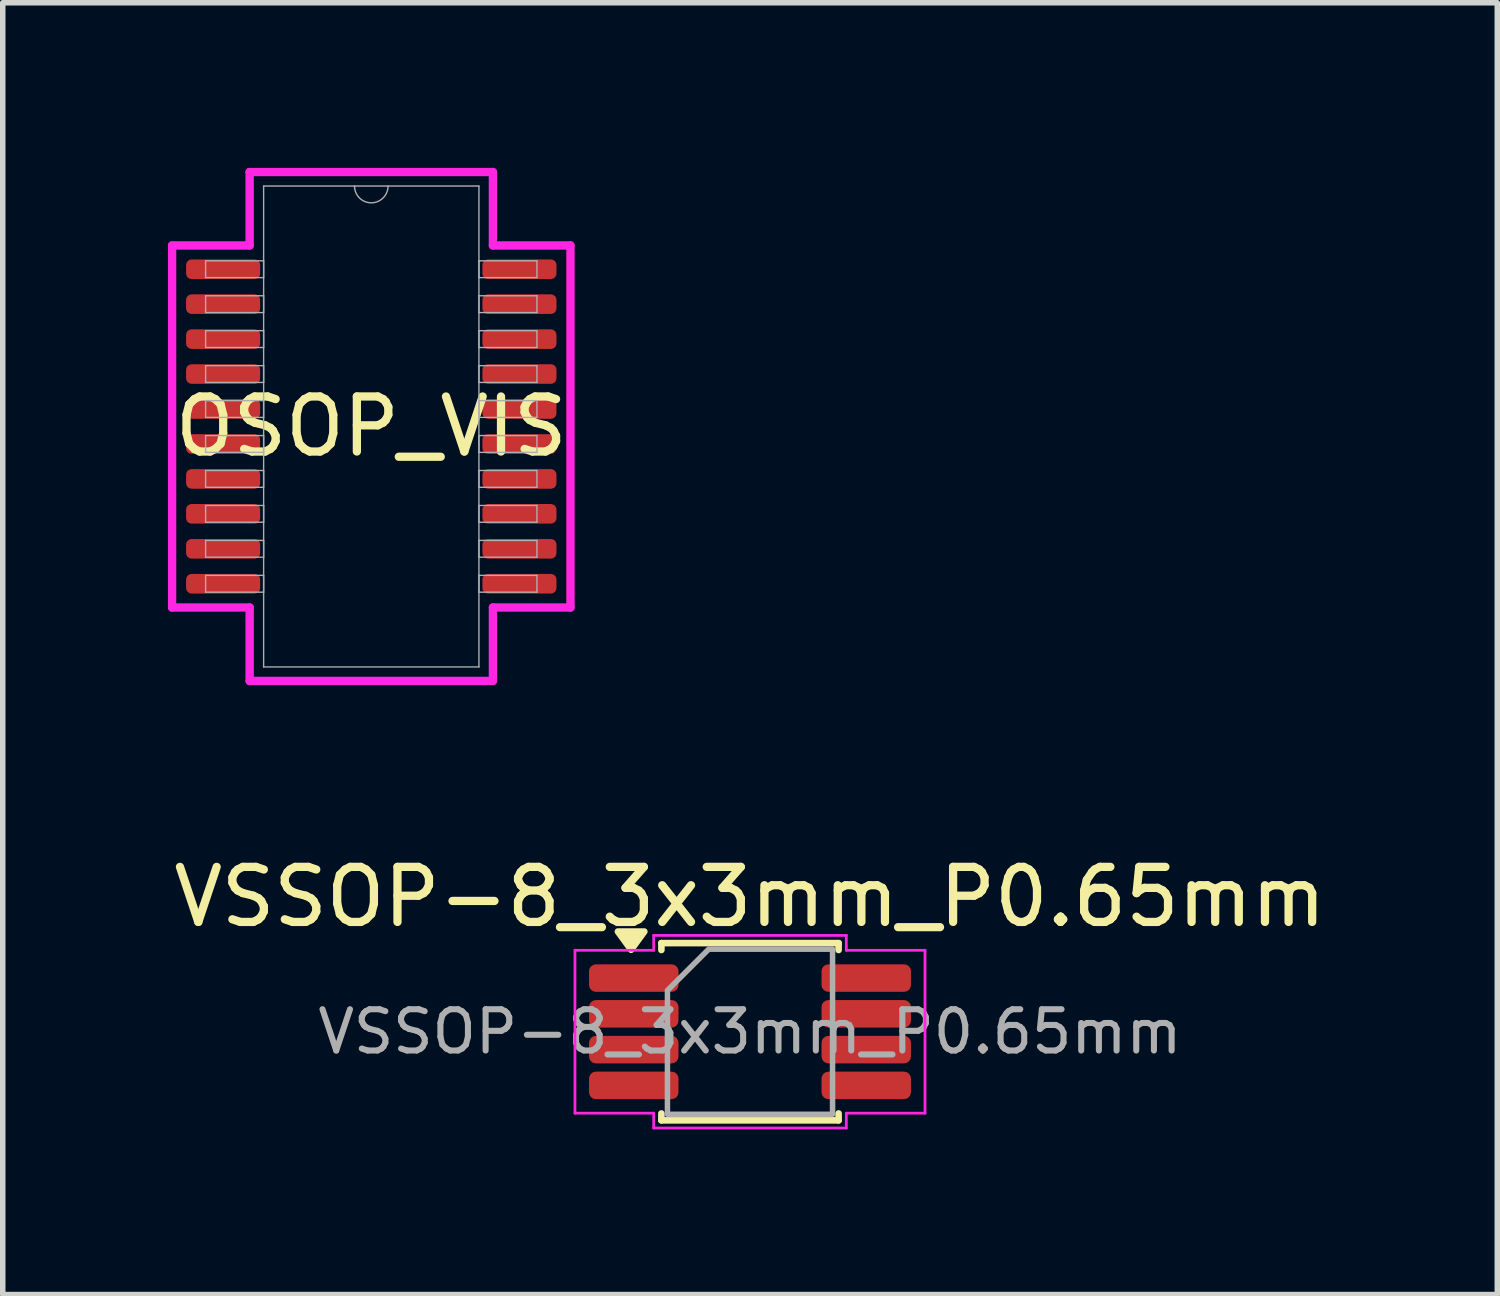
<source format=kicad_pcb>
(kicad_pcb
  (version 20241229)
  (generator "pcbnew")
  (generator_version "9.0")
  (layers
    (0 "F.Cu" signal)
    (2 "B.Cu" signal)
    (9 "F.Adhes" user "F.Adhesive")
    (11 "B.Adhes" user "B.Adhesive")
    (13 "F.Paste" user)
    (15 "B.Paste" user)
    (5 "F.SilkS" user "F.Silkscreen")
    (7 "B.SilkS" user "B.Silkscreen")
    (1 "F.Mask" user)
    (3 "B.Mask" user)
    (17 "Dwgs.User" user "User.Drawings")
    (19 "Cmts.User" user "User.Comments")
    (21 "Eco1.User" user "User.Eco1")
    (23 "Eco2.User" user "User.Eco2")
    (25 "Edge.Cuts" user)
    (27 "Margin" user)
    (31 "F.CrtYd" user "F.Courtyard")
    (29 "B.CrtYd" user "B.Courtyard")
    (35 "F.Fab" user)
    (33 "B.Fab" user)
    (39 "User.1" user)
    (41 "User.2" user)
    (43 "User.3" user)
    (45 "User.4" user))
  (footprint "OSOP_VIS"
    (layer "F.Cu")
    (at 3.696 4.699)
    (property "Reference" "OSOP_VIS" (at 0 0 0) (unlocked yes) (layer "F.SilkS") (effects (font (size 1 1) (thickness 0.15))))
    (attr smd)
    (fp_line (start -3.619 -3.289) (end -2.21 -3.289) (stroke (width 0.152) (type solid)) (layer "F.CrtYd"))
    (fp_line (start -3.619 3.289) (end -3.619 -3.289) (stroke (width 0.152) (type solid)) (layer "F.CrtYd"))
    (fp_line (start -3.619 3.289) (end -2.21 3.289) (stroke (width 0.152) (type solid)) (layer "F.CrtYd"))
    (fp_line (start -2.21 -4.623) (end 2.21 -4.623) (stroke (width 0.152) (type solid)) (layer "F.CrtYd"))
    (fp_line (start -2.21 -3.289) (end -2.21 -4.623) (stroke (width 0.152) (type solid)) (layer "F.CrtYd"))
    (fp_line (start -2.21 4.623) (end -2.21 3.289) (stroke (width 0.152) (type solid)) (layer "F.CrtYd"))
    (fp_line (start 2.21 -4.623) (end 2.21 -3.289) (stroke (width 0.152) (type solid)) (layer "F.CrtYd"))
    (fp_line (start 2.21 3.289) (end 2.21 4.623) (stroke (width 0.152) (type solid)) (layer "F.CrtYd"))
    (fp_line (start 2.21 4.623) (end -2.21 4.623) (stroke (width 0.152) (type solid)) (layer "F.CrtYd"))
    (fp_line (start 3.619 -3.289) (end 2.21 -3.289) (stroke (width 0.152) (type solid)) (layer "F.CrtYd"))
    (fp_line (start 3.619 -3.289) (end 3.619 3.289) (stroke (width 0.152) (type solid)) (layer "F.CrtYd"))
    (fp_line (start 3.619 3.289) (end 2.21 3.289) (stroke (width 0.152) (type solid)) (layer "F.CrtYd"))
    (fp_line (start -3.01 -3.01) (end -3.01 -2.705) (stroke (width 0.025) (type solid)) (layer "F.Fab"))
    (fp_line (start -3.01 -2.705) (end -1.956 -2.705) (stroke (width 0.025) (type solid)) (layer "F.Fab"))
    (fp_line (start -3.01 -2.375) (end -3.01 -2.07) (stroke (width 0.025) (type solid)) (layer "F.Fab"))
    (fp_line (start -3.01 -2.07) (end -1.956 -2.07) (stroke (width 0.025) (type solid)) (layer "F.Fab"))
    (fp_line (start -3.01 -1.74) (end -3.01 -1.435) (stroke (width 0.025) (type solid)) (layer "F.Fab"))
    (fp_line (start -3.01 -1.435) (end -1.956 -1.435) (stroke (width 0.025) (type solid)) (layer "F.Fab"))
    (fp_line (start -3.01 -1.105) (end -3.01 -0.8) (stroke (width 0.025) (type solid)) (layer "F.Fab"))
    (fp_line (start -3.01 -0.8) (end -1.956 -0.8) (stroke (width 0.025) (type solid)) (layer "F.Fab"))
    (fp_line (start -3.01 -0.47) (end -3.01 -0.165) (stroke (width 0.025) (type solid)) (layer "F.Fab"))
    (fp_line (start -3.01 -0.165) (end -1.956 -0.165) (stroke (width 0.025) (type solid)) (layer "F.Fab"))
    (fp_line (start -3.01 0.165) (end -3.01 0.47) (stroke (width 0.025) (type solid)) (layer "F.Fab"))
    (fp_line (start -3.01 0.47) (end -1.956 0.47) (stroke (width 0.025) (type solid)) (layer "F.Fab"))
    (fp_line (start -3.01 0.8) (end -3.01 1.105) (stroke (width 0.025) (type solid)) (layer "F.Fab"))
    (fp_line (start -3.01 1.105) (end -1.956 1.105) (stroke (width 0.025) (type solid)) (layer "F.Fab"))
    (fp_line (start -3.01 1.435) (end -3.01 1.74) (stroke (width 0.025) (type solid)) (layer "F.Fab"))
    (fp_line (start -3.01 1.74) (end -1.956 1.74) (stroke (width 0.025) (type solid)) (layer "F.Fab"))
    (fp_line (start -3.01 2.07) (end -3.01 2.375) (stroke (width 0.025) (type solid)) (layer "F.Fab"))
    (fp_line (start -3.01 2.375) (end -1.956 2.375) (stroke (width 0.025) (type solid)) (layer "F.Fab"))
    (fp_line (start -3.01 2.705) (end -3.01 3.01) (stroke (width 0.025) (type solid)) (layer "F.Fab"))
    (fp_line (start -3.01 3.01) (end -1.956 3.01) (stroke (width 0.025) (type solid)) (layer "F.Fab"))
    (fp_line (start -1.956 -4.369) (end -1.956 4.369) (stroke (width 0.025) (type solid)) (layer "F.Fab"))
    (fp_line (start -1.956 -3.01) (end -3.01 -3.01) (stroke (width 0.025) (type solid)) (layer "F.Fab"))
    (fp_line (start -1.956 -2.705) (end -1.956 -3.01) (stroke (width 0.025) (type solid)) (layer "F.Fab"))
    (fp_line (start -1.956 -2.375) (end -3.01 -2.375) (stroke (width 0.025) (type solid)) (layer "F.Fab"))
    (fp_line (start -1.956 -2.07) (end -1.956 -2.375) (stroke (width 0.025) (type solid)) (layer "F.Fab"))
    (fp_line (start -1.956 -1.74) (end -3.01 -1.74) (stroke (width 0.025) (type solid)) (layer "F.Fab"))
    (fp_line (start -1.956 -1.435) (end -1.956 -1.74) (stroke (width 0.025) (type solid)) (layer "F.Fab"))
    (fp_line (start -1.956 -1.105) (end -3.01 -1.105) (stroke (width 0.025) (type solid)) (layer "F.Fab"))
    (fp_line (start -1.956 -0.8) (end -1.956 -1.105) (stroke (width 0.025) (type solid)) (layer "F.Fab"))
    (fp_line (start -1.956 -0.47) (end -3.01 -0.47) (stroke (width 0.025) (type solid)) (layer "F.Fab"))
    (fp_line (start -1.956 -0.165) (end -1.956 -0.47) (stroke (width 0.025) (type solid)) (layer "F.Fab"))
    (fp_line (start -1.956 0.165) (end -3.01 0.165) (stroke (width 0.025) (type solid)) (layer "F.Fab"))
    (fp_line (start -1.956 0.47) (end -1.956 0.165) (stroke (width 0.025) (type solid)) (layer "F.Fab"))
    (fp_line (start -1.956 0.8) (end -3.01 0.8) (stroke (width 0.025) (type solid)) (layer "F.Fab"))
    (fp_line (start -1.956 1.105) (end -1.956 0.8) (stroke (width 0.025) (type solid)) (layer "F.Fab"))
    (fp_line (start -1.956 1.435) (end -3.01 1.435) (stroke (width 0.025) (type solid)) (layer "F.Fab"))
    (fp_line (start -1.956 1.74) (end -1.956 1.435) (stroke (width 0.025) (type solid)) (layer "F.Fab"))
    (fp_line (start -1.956 2.07) (end -3.01 2.07) (stroke (width 0.025) (type solid)) (layer "F.Fab"))
    (fp_line (start -1.956 2.375) (end -1.956 2.07) (stroke (width 0.025) (type solid)) (layer "F.Fab"))
    (fp_line (start -1.956 2.705) (end -3.01 2.705) (stroke (width 0.025) (type solid)) (layer "F.Fab"))
    (fp_line (start -1.956 3.01) (end -1.956 2.705) (stroke (width 0.025) (type solid)) (layer "F.Fab"))
    (fp_line (start -1.956 4.369) (end 1.956 4.369) (stroke (width 0.025) (type solid)) (layer "F.Fab"))
    (fp_line (start 1.956 -4.369) (end -1.956 -4.369) (stroke (width 0.025) (type solid)) (layer "F.Fab"))
    (fp_line (start 1.956 -3.01) (end 1.956 -2.705) (stroke (width 0.025) (type solid)) (layer "F.Fab"))
    (fp_line (start 1.956 -2.705) (end 3.01 -2.705) (stroke (width 0.025) (type solid)) (layer "F.Fab"))
    (fp_line (start 1.956 -2.375) (end 1.956 -2.07) (stroke (width 0.025) (type solid)) (layer "F.Fab"))
    (fp_line (start 1.956 -2.07) (end 3.01 -2.07) (stroke (width 0.025) (type solid)) (layer "F.Fab"))
    (fp_line (start 1.956 -1.74) (end 1.956 -1.435) (stroke (width 0.025) (type solid)) (layer "F.Fab"))
    (fp_line (start 1.956 -1.435) (end 3.01 -1.435) (stroke (width 0.025) (type solid)) (layer "F.Fab"))
    (fp_line (start 1.956 -1.105) (end 1.956 -0.8) (stroke (width 0.025) (type solid)) (layer "F.Fab"))
    (fp_line (start 1.956 -0.8) (end 3.01 -0.8) (stroke (width 0.025) (type solid)) (layer "F.Fab"))
    (fp_line (start 1.956 -0.47) (end 1.956 -0.165) (stroke (width 0.025) (type solid)) (layer "F.Fab"))
    (fp_line (start 1.956 -0.165) (end 3.01 -0.165) (stroke (width 0.025) (type solid)) (layer "F.Fab"))
    (fp_line (start 1.956 0.165) (end 1.956 0.47) (stroke (width 0.025) (type solid)) (layer "F.Fab"))
    (fp_line (start 1.956 0.47) (end 3.01 0.47) (stroke (width 0.025) (type solid)) (layer "F.Fab"))
    (fp_line (start 1.956 0.8) (end 1.956 1.105) (stroke (width 0.025) (type solid)) (layer "F.Fab"))
    (fp_line (start 1.956 1.105) (end 3.01 1.105) (stroke (width 0.025) (type solid)) (layer "F.Fab"))
    (fp_line (start 1.956 1.435) (end 1.956 1.74) (stroke (width 0.025) (type solid)) (layer "F.Fab"))
    (fp_line (start 1.956 1.74) (end 3.01 1.74) (stroke (width 0.025) (type solid)) (layer "F.Fab"))
    (fp_line (start 1.956 2.07) (end 1.956 2.375) (stroke (width 0.025) (type solid)) (layer "F.Fab"))
    (fp_line (start 1.956 2.375) (end 3.01 2.375) (stroke (width 0.025) (type solid)) (layer "F.Fab"))
    (fp_line (start 1.956 2.705) (end 1.956 3.01) (stroke (width 0.025) (type solid)) (layer "F.Fab"))
    (fp_line (start 1.956 3.01) (end 3.01 3.01) (stroke (width 0.025) (type solid)) (layer "F.Fab"))
    (fp_line (start 1.956 4.369) (end 1.956 -4.369) (stroke (width 0.025) (type solid)) (layer "F.Fab"))
    (fp_line (start 3.01 -3.01) (end 1.956 -3.01) (stroke (width 0.025) (type solid)) (layer "F.Fab"))
    (fp_line (start 3.01 -2.705) (end 3.01 -3.01) (stroke (width 0.025) (type solid)) (layer "F.Fab"))
    (fp_line (start 3.01 -2.375) (end 1.956 -2.375) (stroke (width 0.025) (type solid)) (layer "F.Fab"))
    (fp_line (start 3.01 -2.07) (end 3.01 -2.375) (stroke (width 0.025) (type solid)) (layer "F.Fab"))
    (fp_line (start 3.01 -1.74) (end 1.956 -1.74) (stroke (width 0.025) (type solid)) (layer "F.Fab"))
    (fp_line (start 3.01 -1.435) (end 3.01 -1.74) (stroke (width 0.025) (type solid)) (layer "F.Fab"))
    (fp_line (start 3.01 -1.105) (end 1.956 -1.105) (stroke (width 0.025) (type solid)) (layer "F.Fab"))
    (fp_line (start 3.01 -0.8) (end 3.01 -1.105) (stroke (width 0.025) (type solid)) (layer "F.Fab"))
    (fp_line (start 3.01 -0.47) (end 1.956 -0.47) (stroke (width 0.025) (type solid)) (layer "F.Fab"))
    (fp_line (start 3.01 -0.165) (end 3.01 -0.47) (stroke (width 0.025) (type solid)) (layer "F.Fab"))
    (fp_line (start 3.01 0.165) (end 1.956 0.165) (stroke (width 0.025) (type solid)) (layer "F.Fab"))
    (fp_line (start 3.01 0.47) (end 3.01 0.165) (stroke (width 0.025) (type solid)) (layer "F.Fab"))
    (fp_line (start 3.01 0.8) (end 1.956 0.8) (stroke (width 0.025) (type solid)) (layer "F.Fab"))
    (fp_line (start 3.01 1.105) (end 3.01 0.8) (stroke (width 0.025) (type solid)) (layer "F.Fab"))
    (fp_line (start 3.01 1.435) (end 1.956 1.435) (stroke (width 0.025) (type solid)) (layer "F.Fab"))
    (fp_line (start 3.01 1.74) (end 3.01 1.435) (stroke (width 0.025) (type solid)) (layer "F.Fab"))
    (fp_line (start 3.01 2.07) (end 1.956 2.07) (stroke (width 0.025) (type solid)) (layer "F.Fab"))
    (fp_line (start 3.01 2.375) (end 3.01 2.07) (stroke (width 0.025) (type solid)) (layer "F.Fab"))
    (fp_line (start 3.01 2.705) (end 1.956 2.705) (stroke (width 0.025) (type solid)) (layer "F.Fab"))
    (fp_line (start 3.01 3.01) (end 3.01 2.705) (stroke (width 0.025) (type solid)) (layer "F.Fab"))
    (fp_arc (start 0.3048 -4.3688) (mid 0 -4.064) (end -0.3048 -4.3688) (stroke (width 0.0254) (type solid)) (layer "F.Fab"))
    (pad "1" smd roundrect (at -2.692 -2.857) (size 1.346 0.356) (layers "F.Cu" "F.Mask" "F.Paste") (roundrect_rratio 0.281))
    (pad "2" smd roundrect (at -2.692 -2.223) (size 1.346 0.356) (layers "F.Cu" "F.Mask" "F.Paste") (roundrect_rratio 0.281))
    (pad "3" smd roundrect (at -2.692 -1.587) (size 1.346 0.356) (layers "F.Cu" "F.Mask" "F.Paste") (roundrect_rratio 0.281))
    (pad "4" smd roundrect (at -2.692 -0.953) (size 1.346 0.356) (layers "F.Cu" "F.Mask" "F.Paste") (roundrect_rratio 0.281))
    (pad "5" smd roundrect (at -2.692 -0.318) (size 1.346 0.356) (layers "F.Cu" "F.Mask" "F.Paste") (roundrect_rratio 0.281))
    (pad "6" smd roundrect (at -2.692 0.318) (size 1.346 0.356) (layers "F.Cu" "F.Mask" "F.Paste") (roundrect_rratio 0.281))
    (pad "7" smd roundrect (at -2.692 0.953) (size 1.346 0.356) (layers "F.Cu" "F.Mask" "F.Paste") (roundrect_rratio 0.281))
    (pad "8" smd roundrect (at -2.692 1.587) (size 1.346 0.356) (layers "F.Cu" "F.Mask" "F.Paste") (roundrect_rratio 0.281))
    (pad "9" smd roundrect (at -2.692 2.223) (size 1.346 0.356) (layers "F.Cu" "F.Mask" "F.Paste") (roundrect_rratio 0.281))
    (pad "10" smd roundrect (at -2.692 2.857) (size 1.346 0.356) (layers "F.Cu" "F.Mask" "F.Paste") (roundrect_rratio 0.281))
    (pad "11" smd roundrect (at 2.692 2.857) (size 1.346 0.356) (layers "F.Cu" "F.Mask" "F.Paste") (roundrect_rratio 0.281))
    (pad "12" smd roundrect (at 2.692 2.223) (size 1.346 0.356) (layers "F.Cu" "F.Mask" "F.Paste") (roundrect_rratio 0.281))
    (pad "13" smd roundrect (at 2.692 1.587) (size 1.346 0.356) (layers "F.Cu" "F.Mask" "F.Paste") (roundrect_rratio 0.281))
    (pad "14" smd roundrect (at 2.692 0.953) (size 1.346 0.356) (layers "F.Cu" "F.Mask" "F.Paste") (roundrect_rratio 0.281))
    (pad "15" smd roundrect (at 2.692 0.318) (size 1.346 0.356) (layers "F.Cu" "F.Mask" "F.Paste") (roundrect_rratio 0.281))
    (pad "16" smd roundrect (at 2.692 -0.318) (size 1.346 0.356) (layers "F.Cu" "F.Mask" "F.Paste") (roundrect_rratio 0.281))
    (pad "17" smd roundrect (at 2.692 -0.953) (size 1.346 0.356) (layers "F.Cu" "F.Mask" "F.Paste") (roundrect_rratio 0.281))
    (pad "18" smd roundrect (at 2.692 -1.587) (size 1.346 0.356) (layers "F.Cu" "F.Mask" "F.Paste") (roundrect_rratio 0.281))
    (pad "19" smd roundrect (at 2.692 -2.223) (size 1.346 0.356) (layers "F.Cu" "F.Mask" "F.Paste") (roundrect_rratio 0.281))
    (pad "20" smd roundrect (at 2.692 -2.857) (size 1.346 0.356) (layers "F.Cu" "F.Mask" "F.Paste") (roundrect_rratio 0.281)))
  (footprint "VSSOP-8_3x3mm_P0.65mm"
    (layer "F.Cu")
    (at 10.577 15.696)
    (property "Reference" "VSSOP-8_3x3mm_P0.65mm" (at 0 -2.45 0) (layer "F.SilkS") (effects (font (size 1 1) (thickness 0.15))))
    (attr smd)
    (fp_line (start -1.61 -1.61) (end 1.61 -1.61) (stroke (width 0.12) (type solid)) (layer "F.SilkS"))
    (fp_line (start -1.61 -1.485) (end -1.61 -1.61) (stroke (width 0.12) (type solid)) (layer "F.SilkS"))
    (fp_line (start -1.61 1.61) (end -1.61 1.485) (stroke (width 0.12) (type solid)) (layer "F.SilkS"))
    (fp_line (start 1.61 -1.61) (end 1.61 -1.485) (stroke (width 0.12) (type solid)) (layer "F.SilkS"))
    (fp_line (start 1.61 1.485) (end 1.61 1.61) (stroke (width 0.12) (type solid)) (layer "F.SilkS"))
    (fp_line (start 1.61 1.61) (end -1.61 1.61) (stroke (width 0.12) (type solid)) (layer "F.SilkS"))
    (fp_poly (pts (xy -2.16 -1.49) (xy -2.4 -1.82) (xy -1.92 -1.82)) (stroke (width 0.12) (type solid)) (fill yes) (layer "F.SilkS"))
    (fp_line (start -3.18 -1.48) (end -1.75 -1.48) (stroke (width 0.05) (type solid)) (layer "F.CrtYd"))
    (fp_line (start -3.18 1.48) (end -3.18 -1.48) (stroke (width 0.05) (type solid)) (layer "F.CrtYd"))
    (fp_line (start -1.75 -1.75) (end 1.75 -1.75) (stroke (width 0.05) (type solid)) (layer "F.CrtYd"))
    (fp_line (start -1.75 -1.48) (end -1.75 -1.75) (stroke (width 0.05) (type solid)) (layer "F.CrtYd"))
    (fp_line (start -1.75 1.48) (end -3.18 1.48) (stroke (width 0.05) (type solid)) (layer "F.CrtYd"))
    (fp_line (start -1.75 1.75) (end -1.75 1.48) (stroke (width 0.05) (type solid)) (layer "F.CrtYd"))
    (fp_line (start 1.75 -1.75) (end 1.75 -1.48) (stroke (width 0.05) (type solid)) (layer "F.CrtYd"))
    (fp_line (start 1.75 -1.48) (end 3.18 -1.48) (stroke (width 0.05) (type solid)) (layer "F.CrtYd"))
    (fp_line (start 1.75 1.48) (end 1.75 1.75) (stroke (width 0.05) (type solid)) (layer "F.CrtYd"))
    (fp_line (start 1.75 1.75) (end -1.75 1.75) (stroke (width 0.05) (type solid)) (layer "F.CrtYd"))
    (fp_line (start 3.18 -1.48) (end 3.18 1.48) (stroke (width 0.05) (type solid)) (layer "F.CrtYd"))
    (fp_line (start 3.18 1.48) (end 1.75 1.48) (stroke (width 0.05) (type solid)) (layer "F.CrtYd"))
    (fp_poly (pts (xy -1.5 -0.75) (xy -1.5 1.5) (xy 1.5 1.5) (xy 1.5 -1.5) (xy -0.75 -1.5)) (stroke (width 0.1) (type solid)) (fill no) (layer "F.Fab"))
    (fp_text user "${REFERENCE}" (at 0 0 0) (layer "F.Fab") (effects (font (size 0.75 0.75) (thickness 0.11))))
    (pad "1" smd roundrect (at -2.112 -0.975) (size 1.625 0.5) (layers "F.Cu" "F.Mask" "F.Paste") (roundrect_rratio 0.25))
    (pad "2" smd roundrect (at -2.112 -0.325) (size 1.625 0.5) (layers "F.Cu" "F.Mask" "F.Paste") (roundrect_rratio 0.25))
    (pad "3" smd roundrect (at -2.112 0.325) (size 1.625 0.5) (layers "F.Cu" "F.Mask" "F.Paste") (roundrect_rratio 0.25))
    (pad "4" smd roundrect (at -2.112 0.975) (size 1.625 0.5) (layers "F.Cu" "F.Mask" "F.Paste") (roundrect_rratio 0.25))
    (pad "5" smd roundrect (at 2.112 0.975) (size 1.625 0.5) (layers "F.Cu" "F.Mask" "F.Paste") (roundrect_rratio 0.25))
    (pad "6" smd roundrect (at 2.112 0.325) (size 1.625 0.5) (layers "F.Cu" "F.Mask" "F.Paste") (roundrect_rratio 0.25))
    (pad "7" smd roundrect (at 2.112 -0.325) (size 1.625 0.5) (layers "F.Cu" "F.Mask" "F.Paste") (roundrect_rratio 0.25))
    (pad "8" smd roundrect (at 2.112 -0.975) (size 1.625 0.5) (layers "F.Cu" "F.Mask" "F.Paste") (roundrect_rratio 0.25)))
  (gr_rect
    (start -3 -3)
    (end 24.155 20.471)
    (stroke (width 0.1) (type default))
    (fill no)
    (layer "Edge.Cuts")))
</source>
